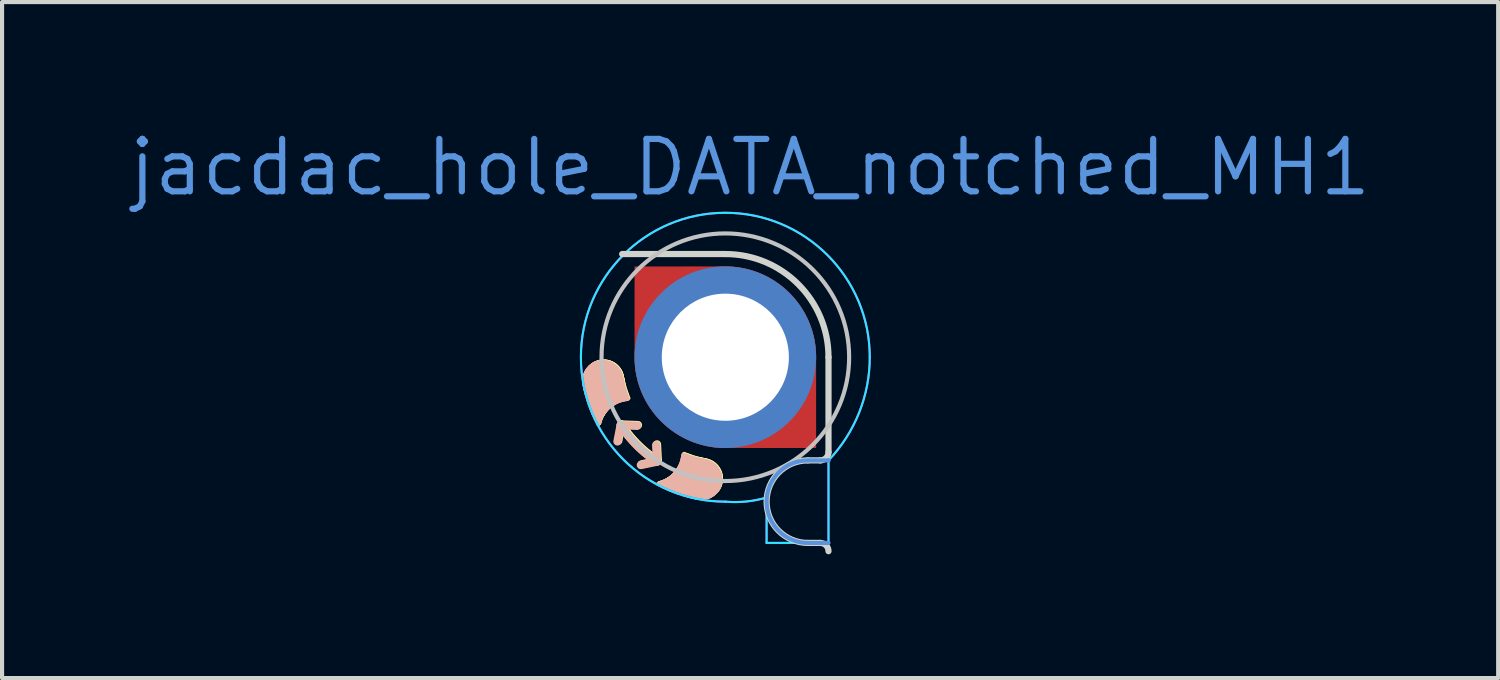
<source format=kicad_pcb>
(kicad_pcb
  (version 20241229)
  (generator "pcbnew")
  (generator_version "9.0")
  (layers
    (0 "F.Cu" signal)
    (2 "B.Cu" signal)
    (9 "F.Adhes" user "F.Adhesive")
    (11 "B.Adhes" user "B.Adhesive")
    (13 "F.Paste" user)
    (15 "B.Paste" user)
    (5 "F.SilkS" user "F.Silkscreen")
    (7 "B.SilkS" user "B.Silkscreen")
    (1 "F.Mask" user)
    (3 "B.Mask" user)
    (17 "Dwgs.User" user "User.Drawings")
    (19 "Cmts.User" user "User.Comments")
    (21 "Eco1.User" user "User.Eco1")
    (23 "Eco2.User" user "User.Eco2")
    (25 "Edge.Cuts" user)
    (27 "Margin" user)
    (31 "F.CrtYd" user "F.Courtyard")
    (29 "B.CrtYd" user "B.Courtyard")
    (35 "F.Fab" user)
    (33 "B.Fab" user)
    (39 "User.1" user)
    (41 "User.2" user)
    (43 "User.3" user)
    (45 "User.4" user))
  (footprint "jacdac_hole_DATA_notched_MH1"
    (layer "F.Cu")
    (at 14.526 5.606)
    (property "Reference" "jacdac_hole_DATA_notched_MH1" (at 0.6 -4.6 0) (layer "Cmts.User") (effects (font (size 1.27 1.27) (thickness 0.15))))
    (attr exclude_from_pos_files exclude_from_bom)
    (fp_poly (pts (arc (start 2.5 0) (mid 1.767767 -1.767767) (end 0 -2.5)) (xy -2.5 -2.5) (arc (start -2.5 0) (mid -1.767767 1.767767) (end 0 2.5)) (xy 2.5 2.5)) (stroke (width 0) (type solid)) (fill yes) (layer "F.Mask"))
    (fp_circle (center 0 0) (end 2.5 0) (stroke (width 0) (type solid)) (fill yes) (layer "B.Mask"))
    (fp_line (start -3.399 0.554) (end -3.399 0.576) (stroke (width 0.1) (type solid)) (layer "F.SilkS"))
    (fp_line (start -3.399 0.532) (end -3.399 0.554) (stroke (width 0.1) (type solid)) (layer "F.SilkS"))
    (fp_line (start -3.399 0.576) (end -3.397 0.599) (stroke (width 0.1) (type solid)) (layer "F.SilkS"))
    (fp_line (start -3.397 0.51) (end -3.399 0.532) (stroke (width 0.1) (type solid)) (layer "F.SilkS"))
    (fp_line (start -3.397 0.599) (end -3.394 0.622) (stroke (width 0.1) (type solid)) (layer "F.SilkS"))
    (fp_line (start -3.394 0.488) (end -3.397 0.51) (stroke (width 0.1) (type solid)) (layer "F.SilkS"))
    (fp_line (start -3.394 0.622) (end -3.368 0.749) (stroke (width 0.1) (type solid)) (layer "F.SilkS"))
    (fp_line (start -3.394 0.622) (end -3.39 0.644) (stroke (width 0.1) (type solid)) (layer "F.SilkS"))
    (fp_line (start -3.391 0.466) (end -3.394 0.488) (stroke (width 0.1) (type solid)) (layer "F.SilkS"))
    (fp_line (start -3.386 0.445) (end -3.391 0.466) (stroke (width 0.1) (type solid)) (layer "F.SilkS"))
    (fp_line (start -3.38 0.424) (end -3.386 0.445) (stroke (width 0.1) (type solid)) (layer "F.SilkS"))
    (fp_line (start -3.373 0.404) (end -3.38 0.424) (stroke (width 0.1) (type solid)) (layer "F.SilkS"))
    (fp_line (start -3.368 0.749) (end -3.338 0.875) (stroke (width 0.1) (type solid)) (layer "F.SilkS"))
    (fp_line (start -3.366 0.383) (end -3.373 0.404) (stroke (width 0.1) (type solid)) (layer "F.SilkS"))
    (fp_line (start -3.357 0.364) (end -3.366 0.383) (stroke (width 0.1) (type solid)) (layer "F.SilkS"))
    (fp_line (start -3.348 0.344) (end -3.357 0.364) (stroke (width 0.1) (type solid)) (layer "F.SilkS"))
    (fp_line (start -3.338 0.875) (end -3.302 0.999) (stroke (width 0.1) (type solid)) (layer "F.SilkS"))
    (fp_line (start -3.337 0.326) (end -3.348 0.344) (stroke (width 0.1) (type solid)) (layer "F.SilkS"))
    (fp_line (start -3.326 0.307) (end -3.337 0.326) (stroke (width 0.1) (type solid)) (layer "F.SilkS"))
    (fp_line (start -3.314 0.29) (end -3.326 0.307) (stroke (width 0.1) (type solid)) (layer "F.SilkS"))
    (fp_line (start -3.302 0.999) (end -3.263 1.122) (stroke (width 0.1) (type solid)) (layer "F.SilkS"))
    (fp_line (start -3.3 0.272) (end -3.314 0.29) (stroke (width 0.1) (type solid)) (layer "F.SilkS"))
    (fp_line (start -3.287 0.256) (end -3.3 0.272) (stroke (width 0.1) (type solid)) (layer "F.SilkS"))
    (fp_line (start -3.272 0.24) (end -3.287 0.256) (stroke (width 0.1) (type solid)) (layer "F.SilkS"))
    (fp_line (start -3.263 1.122) (end -3.218 1.244) (stroke (width 0.1) (type solid)) (layer "F.SilkS"))
    (fp_line (start -3.257 0.225) (end -3.272 0.24) (stroke (width 0.1) (type solid)) (layer "F.SilkS"))
    (fp_line (start -3.24 0.211) (end -3.257 0.225) (stroke (width 0.1) (type solid)) (layer "F.SilkS"))
    (fp_line (start -3.224 0.197) (end -3.24 0.211) (stroke (width 0.1) (type solid)) (layer "F.SilkS"))
    (fp_line (start -3.218 1.244) (end -3.169 1.363) (stroke (width 0.1) (type solid)) (layer "F.SilkS"))
    (fp_line (start -3.206 0.184) (end -3.224 0.197) (stroke (width 0.1) (type solid)) (layer "F.SilkS"))
    (fp_line (start -3.188 0.172) (end -3.206 0.184) (stroke (width 0.1) (type solid)) (layer "F.SilkS"))
    (fp_line (start -3.169 1.363) (end -3.116 1.481) (stroke (width 0.1) (type solid)) (layer "F.SilkS"))
    (fp_line (start -3.169 0.161) (end -3.188 0.172) (stroke (width 0.1) (type solid)) (layer "F.SilkS"))
    (fp_line (start -3.149 0.15) (end -3.169 0.161) (stroke (width 0.1) (type solid)) (layer "F.SilkS"))
    (fp_line (start -3.129 0.141) (end -3.149 0.15) (stroke (width 0.1) (type solid)) (layer "F.SilkS"))
    (fp_line (start -3.116 1.481) (end -3.058 1.597) (stroke (width 0.1) (type solid)) (layer "F.SilkS"))
    (fp_line (start -3.108 0.133) (end -3.129 0.141) (stroke (width 0.1) (type solid)) (layer "F.SilkS"))
    (fp_line (start -3.087 0.125) (end -3.108 0.133) (stroke (width 0.1) (type solid)) (layer "F.SilkS"))
    (fp_line (start -3.069 1.236) (end -3.069 1.261) (stroke (width 0.33) (type solid)) (layer "F.SilkS"))
    (fp_line (start -3.069 1.261) (end -3.066 1.286) (stroke (width 0.33) (type solid)) (layer "F.SilkS"))
    (fp_line (start -3.069 1.211) (end -3.069 1.236) (stroke (width 0.33) (type solid)) (layer "F.SilkS"))
    (fp_line (start -3.066 1.286) (end -3.062 1.311) (stroke (width 0.33) (type solid)) (layer "F.SilkS"))
    (fp_line (start -3.066 1.186) (end -3.069 1.211) (stroke (width 0.33) (type solid)) (layer "F.SilkS"))
    (fp_line (start -3.065 0.119) (end -3.087 0.125) (stroke (width 0.1) (type solid)) (layer "F.SilkS"))
    (fp_line (start -3.062 1.161) (end -3.066 1.186) (stroke (width 0.33) (type solid)) (layer "F.SilkS"))
    (fp_line (start -3.058 1.597) (end -3.058 1.597) (stroke (width 0.1) (type solid)) (layer "F.SilkS"))
    (fp_line (start -3.058 1.597) (end -3.049 1.566) (stroke (width 0.1) (type solid)) (layer "F.SilkS"))
    (fp_line (start -3.056 1.137) (end -3.062 1.161) (stroke (width 0.33) (type solid)) (layer "F.SilkS"))
    (fp_line (start -3.049 1.566) (end -3.04 1.536) (stroke (width 0.1) (type solid)) (layer "F.SilkS"))
    (fp_line (start -3.048 1.114) (end -3.056 1.137) (stroke (width 0.33) (type solid)) (layer "F.SilkS"))
    (fp_line (start -3.043 0.113) (end -3.065 0.119) (stroke (width 0.1) (type solid)) (layer "F.SilkS"))
    (fp_line (start -3.043 0.113) (end -3.043 0.113) (stroke (width 0.1) (type solid)) (layer "F.SilkS"))
    (fp_line (start -3.04 1.536) (end -3.029 1.506) (stroke (width 0.1) (type solid)) (layer "F.SilkS"))
    (fp_line (start -3.039 1.09) (end -3.048 1.114) (stroke (width 0.33) (type solid)) (layer "F.SilkS"))
    (fp_line (start -3.029 1.506) (end -3.017 1.477) (stroke (width 0.1) (type solid)) (layer "F.SilkS"))
    (fp_line (start -3.029 1.068) (end -3.039 1.09) (stroke (width 0.33) (type solid)) (layer "F.SilkS"))
    (fp_line (start -3.02 0.109) (end -3.043 0.113) (stroke (width 0.1) (type solid)) (layer "F.SilkS"))
    (fp_line (start -3.017 1.477) (end -3.005 1.448) (stroke (width 0.1) (type solid)) (layer "F.SilkS"))
    (fp_line (start -3.017 1.046) (end -3.029 1.068) (stroke (width 0.33) (type solid)) (layer "F.SilkS"))
    (fp_line (start -3.005 1.448) (end -2.991 1.42) (stroke (width 0.1) (type solid)) (layer "F.SilkS"))
    (fp_line (start -3.003 1.025) (end -3.017 1.046) (stroke (width 0.33) (type solid)) (layer "F.SilkS"))
    (fp_line (start -2.997 0.106) (end -3.02 0.109) (stroke (width 0.1) (type solid)) (layer "F.SilkS"))
    (fp_line (start -2.991 1.42) (end -2.976 1.393) (stroke (width 0.1) (type solid)) (layer "F.SilkS"))
    (fp_line (start -2.988 1.005) (end -3.003 1.025) (stroke (width 0.33) (type solid)) (layer "F.SilkS"))
    (fp_line (start -2.976 1.393) (end -2.96 1.367) (stroke (width 0.1) (type solid)) (layer "F.SilkS"))
    (fp_line (start -2.975 0.104) (end -2.997 0.106) (stroke (width 0.1) (type solid)) (layer "F.SilkS"))
    (fp_line (start -2.971 0.986) (end -2.988 1.005) (stroke (width 0.33) (type solid)) (layer "F.SilkS"))
    (fp_line (start -2.96 1.367) (end -2.943 1.341) (stroke (width 0.1) (type solid)) (layer "F.SilkS"))
    (fp_line (start -2.954 0.968) (end -2.971 0.986) (stroke (width 0.33) (type solid)) (layer "F.SilkS"))
    (fp_line (start -2.952 0.104) (end -2.975 0.104) (stroke (width 0.1) (type solid)) (layer "F.SilkS"))
    (fp_line (start -2.947 0.566) (end -2.94 0.603) (stroke (width 1) (type solid)) (layer "F.SilkS"))
    (fp_line (start -2.943 1.341) (end -2.925 1.316) (stroke (width 0.1) (type solid)) (layer "F.SilkS"))
    (fp_line (start -2.94 0.603) (end -2.932 0.639) (stroke (width 1) (type solid)) (layer "F.SilkS"))
    (fp_line (start -2.934 0.951) (end -2.954 0.968) (stroke (width 0.33) (type solid)) (layer "F.SilkS"))
    (fp_line (start -2.934 0.951) (end -2.934 0.951) (stroke (width 0.33) (type solid)) (layer "F.SilkS"))
    (fp_line (start -2.932 0.639) (end -2.924 0.675) (stroke (width 1) (type solid)) (layer "F.SilkS"))
    (fp_line (start -2.93 0.104) (end -2.952 0.104) (stroke (width 0.1) (type solid)) (layer "F.SilkS"))
    (fp_line (start -2.925 1.316) (end -2.907 1.291) (stroke (width 0.1) (type solid)) (layer "F.SilkS"))
    (fp_line (start -2.924 0.675) (end -2.915 0.711) (stroke (width 1) (type solid)) (layer "F.SilkS"))
    (fp_line (start -2.914 0.936) (end -2.934 0.951) (stroke (width 0.33) (type solid)) (layer "F.SilkS"))
    (fp_line (start -2.908 0.105) (end -2.93 0.104) (stroke (width 0.1) (type solid)) (layer "F.SilkS"))
    (fp_line (start -2.907 1.291) (end -2.887 1.268) (stroke (width 0.1) (type solid)) (layer "F.SilkS"))
    (fp_line (start -2.893 0.922) (end -2.914 0.936) (stroke (width 0.33) (type solid)) (layer "F.SilkS"))
    (fp_line (start -2.887 1.268) (end -2.866 1.245) (stroke (width 0.1) (type solid)) (layer "F.SilkS"))
    (fp_line (start -2.886 0.108) (end -2.908 0.105) (stroke (width 0.1) (type solid)) (layer "F.SilkS"))
    (fp_line (start -2.871 0.909) (end -2.893 0.922) (stroke (width 0.33) (type solid)) (layer "F.SilkS"))
    (fp_line (start -2.866 1.245) (end -2.845 1.223) (stroke (width 0.1) (type solid)) (layer "F.SilkS"))
    (fp_line (start -2.865 0.111) (end -2.886 0.108) (stroke (width 0.1) (type solid)) (layer "F.SilkS"))
    (fp_line (start -2.848 0.898) (end -2.871 0.909) (stroke (width 0.33) (type solid)) (layer "F.SilkS"))
    (fp_line (start -2.845 1.223) (end -2.823 1.202) (stroke (width 0.1) (type solid)) (layer "F.SilkS"))
    (fp_line (start -2.843 0.116) (end -2.865 0.111) (stroke (width 0.1) (type solid)) (layer "F.SilkS"))
    (fp_line (start -2.825 0.889) (end -2.848 0.898) (stroke (width 0.33) (type solid)) (layer "F.SilkS"))
    (fp_line (start -2.823 1.202) (end -2.8 1.181) (stroke (width 0.1) (type solid)) (layer "F.SilkS"))
    (fp_line (start -2.822 0.122) (end -2.843 0.116) (stroke (width 0.1) (type solid)) (layer "F.SilkS"))
    (fp_line (start -2.802 0.128) (end -2.822 0.122) (stroke (width 0.1) (type solid)) (layer "F.SilkS"))
    (fp_line (start -2.802 0.881) (end -2.825 0.889) (stroke (width 0.33) (type solid)) (layer "F.SilkS"))
    (fp_line (start -2.8 1.181) (end -2.776 1.162) (stroke (width 0.1) (type solid)) (layer "F.SilkS"))
    (fp_line (start -2.782 0.136) (end -2.802 0.128) (stroke (width 0.1) (type solid)) (layer "F.SilkS"))
    (fp_line (start -2.777 0.875) (end -2.802 0.881) (stroke (width 0.33) (type solid)) (layer "F.SilkS"))
    (fp_line (start -2.776 1.162) (end -2.752 1.144) (stroke (width 0.1) (type solid)) (layer "F.SilkS"))
    (fp_line (start -2.762 0.144) (end -2.782 0.136) (stroke (width 0.1) (type solid)) (layer "F.SilkS"))
    (fp_line (start -2.753 0.871) (end -2.777 0.875) (stroke (width 0.33) (type solid)) (layer "F.SilkS"))
    (fp_line (start -2.752 1.144) (end -2.727 1.126) (stroke (width 0.1) (type solid)) (layer "F.SilkS"))
    (fp_line (start -2.742 0.154) (end -2.762 0.144) (stroke (width 0.1) (type solid)) (layer "F.SilkS"))
    (fp_line (start -2.728 0.868) (end -2.753 0.871) (stroke (width 0.33) (type solid)) (layer "F.SilkS"))
    (fp_line (start -2.727 1.126) (end -2.701 1.109) (stroke (width 0.1) (type solid)) (layer "F.SilkS"))
    (fp_line (start -2.724 0.164) (end -2.742 0.154) (stroke (width 0.1) (type solid)) (layer "F.SilkS"))
    (fp_line (start -2.705 0.175) (end -2.724 0.164) (stroke (width 0.1) (type solid)) (layer "F.SilkS"))
    (fp_line (start -2.704 0.867) (end -2.728 0.868) (stroke (width 0.33) (type solid)) (layer "F.SilkS"))
    (fp_line (start -2.701 1.109) (end -2.675 1.094) (stroke (width 0.1) (type solid)) (layer "F.SilkS"))
    (fp_line (start -2.687 0.187) (end -2.705 0.175) (stroke (width 0.1) (type solid)) (layer "F.SilkS"))
    (fp_line (start -2.679 0.868) (end -2.704 0.867) (stroke (width 0.33) (type solid)) (layer "F.SilkS"))
    (fp_line (start -2.675 1.094) (end -2.648 1.079) (stroke (width 0.1) (type solid)) (layer "F.SilkS"))
    (fp_line (start -2.67 0.2) (end -2.687 0.187) (stroke (width 0.1) (type solid)) (layer "F.SilkS"))
    (fp_line (start -2.654 0.87) (end -2.679 0.868) (stroke (width 0.33) (type solid)) (layer "F.SilkS"))
    (fp_line (start -2.654 0.214) (end -2.67 0.2) (stroke (width 0.1) (type solid)) (layer "F.SilkS"))
    (fp_line (start -2.648 1.079) (end -2.62 1.066) (stroke (width 0.1) (type solid)) (layer "F.SilkS"))
    (fp_line (start -2.638 0.229) (end -2.654 0.214) (stroke (width 0.1) (type solid)) (layer "F.SilkS"))
    (fp_line (start -2.629 0.874) (end -2.654 0.87) (stroke (width 0.33) (type solid)) (layer "F.SilkS"))
    (fp_line (start -2.622 0.244) (end -2.638 0.229) (stroke (width 0.1) (type solid)) (layer "F.SilkS"))
    (fp_line (start -2.62 1.066) (end -2.592 1.053) (stroke (width 0.1) (type solid)) (layer "F.SilkS"))
    (fp_line (start -2.608 0.26) (end -2.622 0.244) (stroke (width 0.1) (type solid)) (layer "F.SilkS"))
    (fp_line (start -2.605 0.879) (end -2.629 0.874) (stroke (width 0.33) (type solid)) (layer "F.SilkS"))
    (fp_line (start -2.594 0.277) (end -2.608 0.26) (stroke (width 0.1) (type solid)) (layer "F.SilkS"))
    (fp_line (start -2.594 2.023) (end -2.518 1.63) (stroke (width 0.2) (type solid)) (layer "F.SilkS"))
    (fp_line (start -2.592 1.053) (end -2.563 1.042) (stroke (width 0.1) (type solid)) (layer "F.SilkS"))
    (fp_line (start -2.581 0.294) (end -2.594 0.277) (stroke (width 0.1) (type solid)) (layer "F.SilkS"))
    (fp_line (start -2.58 0.887) (end -2.605 0.879) (stroke (width 0.33) (type solid)) (layer "F.SilkS"))
    (fp_line (start -2.569 0.312) (end -2.581 0.294) (stroke (width 0.1) (type solid)) (layer "F.SilkS"))
    (fp_line (start -2.563 1.042) (end -2.534 1.031) (stroke (width 0.1) (type solid)) (layer "F.SilkS"))
    (fp_line (start -2.558 0.331) (end -2.569 0.312) (stroke (width 0.1) (type solid)) (layer "F.SilkS"))
    (fp_line (start -2.556 0.896) (end -2.58 0.887) (stroke (width 0.33) (type solid)) (layer "F.SilkS"))
    (fp_line (start -2.547 0.351) (end -2.558 0.331) (stroke (width 0.1) (type solid)) (layer "F.SilkS"))
    (fp_line (start -2.538 0.371) (end -2.547 0.351) (stroke (width 0.1) (type solid)) (layer "F.SilkS"))
    (fp_line (start -2.534 1.031) (end -2.504 1.022) (stroke (width 0.1) (type solid)) (layer "F.SilkS"))
    (fp_line (start -2.529 0.392) (end -2.538 0.371) (stroke (width 0.1) (type solid)) (layer "F.SilkS"))
    (fp_line (start -2.522 0.413) (end -2.529 0.392) (stroke (width 0.1) (type solid)) (layer "F.SilkS"))
    (fp_line (start -2.518 1.63) (end -2.474 1.696) (stroke (width 0.2) (type solid)) (layer "F.SilkS"))
    (fp_line (start -2.518 1.63) (end -2.118 1.644) (stroke (width 0.2) (type solid)) (layer "F.SilkS"))
    (fp_line (start -2.515 0.435) (end -2.522 0.413) (stroke (width 0.1) (type solid)) (layer "F.SilkS"))
    (fp_line (start -2.51 0.457) (end -2.515 0.435) (stroke (width 0.1) (type solid)) (layer "F.SilkS"))
    (fp_line (start -2.51 0.457) (end -2.497 0.523) (stroke (width 0.1) (type solid)) (layer "F.SilkS"))
    (fp_line (start -2.504 1.022) (end -2.474 1.014) (stroke (width 0.1) (type solid)) (layer "F.SilkS"))
    (fp_line (start -2.497 0.523) (end -2.482 0.588) (stroke (width 0.1) (type solid)) (layer "F.SilkS"))
    (fp_line (start -2.482 0.588) (end -2.466 0.653) (stroke (width 0.1) (type solid)) (layer "F.SilkS"))
    (fp_line (start -2.474 1.696) (end -2.428 1.76) (stroke (width 0.2) (type solid)) (layer "F.SilkS"))
    (fp_line (start -2.474 1.014) (end -2.443 1.007) (stroke (width 0.1) (type solid)) (layer "F.SilkS"))
    (fp_line (start -2.466 0.653) (end -2.448 0.717) (stroke (width 0.1) (type solid)) (layer "F.SilkS"))
    (fp_line (start -2.448 0.717) (end -2.428 0.781) (stroke (width 0.1) (type solid)) (layer "F.SilkS"))
    (fp_line (start -2.443 1.007) (end -2.412 1.001) (stroke (width 0.1) (type solid)) (layer "F.SilkS"))
    (fp_line (start -2.428 1.76) (end -2.381 1.823) (stroke (width 0.2) (type solid)) (layer "F.SilkS"))
    (fp_line (start -2.428 0.781) (end -2.406 0.844) (stroke (width 0.1) (type solid)) (layer "F.SilkS"))
    (fp_line (start -2.412 1.001) (end -2.38 0.997) (stroke (width 0.1) (type solid)) (layer "F.SilkS"))
    (fp_line (start -2.406 0.844) (end -2.383 0.907) (stroke (width 0.1) (type solid)) (layer "F.SilkS"))
    (fp_line (start -2.383 0.907) (end -2.359 0.969) (stroke (width 0.1) (type solid)) (layer "F.SilkS"))
    (fp_line (start -2.381 1.823) (end -2.333 1.885) (stroke (width 0.2) (type solid)) (layer "F.SilkS"))
    (fp_line (start -2.38 0.997) (end -2.349 0.993) (stroke (width 0.1) (type solid)) (layer "F.SilkS"))
    (fp_line (start -2.333 1.885) (end -2.283 1.945) (stroke (width 0.2) (type solid)) (layer "F.SilkS"))
    (fp_line (start -2.283 1.945) (end -2.231 2.004) (stroke (width 0.2) (type solid)) (layer "F.SilkS"))
    (fp_line (start -2.231 2.004) (end -2.178 2.061) (stroke (width 0.2) (type solid)) (layer "F.SilkS"))
    (fp_line (start -2.178 2.061) (end -2.123 2.118) (stroke (width 0.2) (type solid)) (layer "F.SilkS"))
    (fp_line (start -2.123 2.118) (end -2.067 2.172) (stroke (width 0.2) (type solid)) (layer "F.SilkS"))
    (fp_line (start -2.067 2.172) (end -2.009 2.226) (stroke (width 0.2) (type solid)) (layer "F.SilkS"))
    (fp_line (start -2.009 2.226) (end -1.95 2.277) (stroke (width 0.2) (type solid)) (layer "F.SilkS"))
    (fp_line (start -1.95 2.277) (end -1.89 2.327) (stroke (width 0.2) (type solid)) (layer "F.SilkS"))
    (fp_line (start -1.89 2.327) (end -1.828 2.376) (stroke (width 0.2) (type solid)) (layer "F.SilkS"))
    (fp_line (start -1.828 2.376) (end -1.765 2.423) (stroke (width 0.2) (type solid)) (layer "F.SilkS"))
    (fp_line (start -1.765 2.423) (end -1.701 2.469) (stroke (width 0.2) (type solid)) (layer "F.SilkS"))
    (fp_line (start -1.701 2.469) (end -1.635 2.512) (stroke (width 0.2) (type solid)) (layer "F.SilkS"))
    (fp_line (start -1.635 2.512) (end -2.027 2.596) (stroke (width 0.2) (type solid)) (layer "F.SilkS"))
    (fp_line (start -1.635 2.512) (end -1.656 2.113) (stroke (width 0.2) (type solid)) (layer "F.SilkS"))
    (fp_line (start -1.602 3.053) (end -1.571 3.044) (stroke (width 0.1) (type solid)) (layer "F.SilkS"))
    (fp_line (start -1.602 3.053) (end -1.486 3.11) (stroke (width 0.1) (type solid)) (layer "F.SilkS"))
    (fp_line (start -1.571 3.044) (end -1.541 3.035) (stroke (width 0.1) (type solid)) (layer "F.SilkS"))
    (fp_line (start -1.541 3.035) (end -1.511 3.024) (stroke (width 0.1) (type solid)) (layer "F.SilkS"))
    (fp_line (start -1.511 3.024) (end -1.482 3.012) (stroke (width 0.1) (type solid)) (layer "F.SilkS"))
    (fp_line (start -1.486 3.11) (end -1.369 3.164) (stroke (width 0.1) (type solid)) (layer "F.SilkS"))
    (fp_line (start -1.482 3.012) (end -1.454 2.999) (stroke (width 0.1) (type solid)) (layer "F.SilkS"))
    (fp_line (start -1.454 2.999) (end -1.426 2.986) (stroke (width 0.1) (type solid)) (layer "F.SilkS"))
    (fp_line (start -1.426 2.986) (end -1.398 2.971) (stroke (width 0.1) (type solid)) (layer "F.SilkS"))
    (fp_line (start -1.398 2.971) (end -1.372 2.955) (stroke (width 0.1) (type solid)) (layer "F.SilkS"))
    (fp_line (start -1.372 2.955) (end -1.346 2.938) (stroke (width 0.1) (type solid)) (layer "F.SilkS"))
    (fp_line (start -1.369 3.164) (end -1.249 3.213) (stroke (width 0.1) (type solid)) (layer "F.SilkS"))
    (fp_line (start -1.346 2.938) (end -1.321 2.92) (stroke (width 0.1) (type solid)) (layer "F.SilkS"))
    (fp_line (start -1.321 2.92) (end -1.296 2.901) (stroke (width 0.1) (type solid)) (layer "F.SilkS"))
    (fp_line (start -1.317 3.057) (end -1.291 3.061) (stroke (width 0.33) (type solid)) (layer "F.SilkS"))
    (fp_line (start -1.296 2.901) (end -1.273 2.882) (stroke (width 0.1) (type solid)) (layer "F.SilkS"))
    (fp_line (start -1.291 3.061) (end -1.266 3.064) (stroke (width 0.33) (type solid)) (layer "F.SilkS"))
    (fp_line (start -1.273 2.882) (end -1.25 2.861) (stroke (width 0.1) (type solid)) (layer "F.SilkS"))
    (fp_line (start -1.266 3.064) (end -1.241 3.064) (stroke (width 0.33) (type solid)) (layer "F.SilkS"))
    (fp_line (start -1.25 2.861) (end -1.228 2.84) (stroke (width 0.1) (type solid)) (layer "F.SilkS"))
    (fp_line (start -1.249 3.213) (end -1.128 3.257) (stroke (width 0.1) (type solid)) (layer "F.SilkS"))
    (fp_line (start -1.241 3.064) (end -1.216 3.063) (stroke (width 0.33) (type solid)) (layer "F.SilkS"))
    (fp_line (start -1.228 2.84) (end -1.207 2.818) (stroke (width 0.1) (type solid)) (layer "F.SilkS"))
    (fp_line (start -1.216 3.063) (end -1.191 3.061) (stroke (width 0.33) (type solid)) (layer "F.SilkS"))
    (fp_line (start -1.207 2.818) (end -1.187 2.795) (stroke (width 0.1) (type solid)) (layer "F.SilkS"))
    (fp_line (start -1.191 3.061) (end -1.167 3.056) (stroke (width 0.33) (type solid)) (layer "F.SilkS"))
    (fp_line (start -1.187 2.795) (end -1.167 2.771) (stroke (width 0.1) (type solid)) (layer "F.SilkS"))
    (fp_line (start -1.167 2.771) (end -1.149 2.747) (stroke (width 0.1) (type solid)) (layer "F.SilkS"))
    (fp_line (start -1.167 3.056) (end -1.142 3.051) (stroke (width 0.33) (type solid)) (layer "F.SilkS"))
    (fp_line (start -1.149 2.747) (end -1.131 2.722) (stroke (width 0.1) (type solid)) (layer "F.SilkS"))
    (fp_line (start -1.142 3.051) (end -1.119 3.043) (stroke (width 0.33) (type solid)) (layer "F.SilkS"))
    (fp_line (start -1.131 2.722) (end -1.115 2.696) (stroke (width 0.1) (type solid)) (layer "F.SilkS"))
    (fp_line (start -1.128 3.257) (end -1.005 3.297) (stroke (width 0.1) (type solid)) (layer "F.SilkS"))
    (fp_line (start -1.119 3.043) (end -1.096 3.034) (stroke (width 0.33) (type solid)) (layer "F.SilkS"))
    (fp_line (start -1.115 2.696) (end -1.099 2.669) (stroke (width 0.1) (type solid)) (layer "F.SilkS"))
    (fp_line (start -1.099 2.669) (end -1.084 2.642) (stroke (width 0.1) (type solid)) (layer "F.SilkS"))
    (fp_line (start -1.096 3.034) (end -1.073 3.023) (stroke (width 0.33) (type solid)) (layer "F.SilkS"))
    (fp_line (start -1.084 2.642) (end -1.071 2.615) (stroke (width 0.1) (type solid)) (layer "F.SilkS"))
    (fp_line (start -1.073 3.023) (end -1.051 3.011) (stroke (width 0.33) (type solid)) (layer "F.SilkS"))
    (fp_line (start -1.071 2.615) (end -1.058 2.586) (stroke (width 0.1) (type solid)) (layer "F.SilkS"))
    (fp_line (start -1.058 2.586) (end -1.047 2.558) (stroke (width 0.1) (type solid)) (layer "F.SilkS"))
    (fp_line (start -1.051 3.011) (end -1.031 2.998) (stroke (width 0.33) (type solid)) (layer "F.SilkS"))
    (fp_line (start -1.047 2.558) (end -1.037 2.528) (stroke (width 0.1) (type solid)) (layer "F.SilkS"))
    (fp_line (start -1.037 2.528) (end -1.027 2.499) (stroke (width 0.1) (type solid)) (layer "F.SilkS"))
    (fp_line (start -1.031 2.998) (end -1.01 2.983) (stroke (width 0.33) (type solid)) (layer "F.SilkS"))
    (fp_line (start -1.027 2.499) (end -1.019 2.468) (stroke (width 0.1) (type solid)) (layer "F.SilkS"))
    (fp_line (start -1.019 2.468) (end -1.012 2.438) (stroke (width 0.1) (type solid)) (layer "F.SilkS"))
    (fp_line (start -1.012 2.438) (end -1.006 2.407) (stroke (width 0.1) (type solid)) (layer "F.SilkS"))
    (fp_line (start -1.01 2.983) (end -0.991 2.966) (stroke (width 0.33) (type solid)) (layer "F.SilkS"))
    (fp_line (start -1.006 2.407) (end -1.002 2.375) (stroke (width 0.1) (type solid)) (layer "F.SilkS"))
    (fp_line (start -1.005 3.297) (end -0.88 3.333) (stroke (width 0.1) (type solid)) (layer "F.SilkS"))
    (fp_line (start -1.002 2.375) (end -0.999 2.343) (stroke (width 0.1) (type solid)) (layer "F.SilkS"))
    (fp_line (start -0.991 2.966) (end -0.973 2.948) (stroke (width 0.33) (type solid)) (layer "F.SilkS"))
    (fp_line (start -0.974 2.353) (end -0.912 2.378) (stroke (width 0.1) (type solid)) (layer "F.SilkS"))
    (fp_line (start -0.973 2.948) (end -0.956 2.929) (stroke (width 0.33) (type solid)) (layer "F.SilkS"))
    (fp_line (start -0.956 2.929) (end -0.956 2.929) (stroke (width 0.33) (type solid)) (layer "F.SilkS"))
    (fp_line (start -0.956 2.929) (end -0.941 2.909) (stroke (width 0.33) (type solid)) (layer "F.SilkS"))
    (fp_line (start -0.941 2.909) (end -0.927 2.888) (stroke (width 0.33) (type solid)) (layer "F.SilkS"))
    (fp_line (start -0.927 2.888) (end -0.914 2.866) (stroke (width 0.33) (type solid)) (layer "F.SilkS"))
    (fp_line (start -0.914 2.866) (end -0.903 2.843) (stroke (width 0.33) (type solid)) (layer "F.SilkS"))
    (fp_line (start -0.912 2.378) (end -0.849 2.401) (stroke (width 0.1) (type solid)) (layer "F.SilkS"))
    (fp_line (start -0.903 2.843) (end -0.894 2.82) (stroke (width 0.33) (type solid)) (layer "F.SilkS"))
    (fp_line (start -0.894 2.82) (end -0.887 2.796) (stroke (width 0.33) (type solid)) (layer "F.SilkS"))
    (fp_line (start -0.892 2.575) (end -0.901 2.551) (stroke (width 0.33) (type solid)) (layer "F.SilkS"))
    (fp_line (start -0.887 2.796) (end -0.881 2.772) (stroke (width 0.33) (type solid)) (layer "F.SilkS"))
    (fp_line (start -0.885 2.599) (end -0.892 2.575) (stroke (width 0.33) (type solid)) (layer "F.SilkS"))
    (fp_line (start -0.881 2.772) (end -0.876 2.748) (stroke (width 0.33) (type solid)) (layer "F.SilkS"))
    (fp_line (start -0.88 3.333) (end -0.754 3.363) (stroke (width 0.1) (type solid)) (layer "F.SilkS"))
    (fp_line (start -0.879 2.624) (end -0.885 2.599) (stroke (width 0.33) (type solid)) (layer "F.SilkS"))
    (fp_line (start -0.876 2.748) (end -0.873 2.723) (stroke (width 0.33) (type solid)) (layer "F.SilkS"))
    (fp_line (start -0.875 2.649) (end -0.879 2.624) (stroke (width 0.33) (type solid)) (layer "F.SilkS"))
    (fp_line (start -0.873 2.723) (end -0.872 2.698) (stroke (width 0.33) (type solid)) (layer "F.SilkS"))
    (fp_line (start -0.873 2.674) (end -0.875 2.649) (stroke (width 0.33) (type solid)) (layer "F.SilkS"))
    (fp_line (start -0.872 2.698) (end -0.873 2.674) (stroke (width 0.33) (type solid)) (layer "F.SilkS"))
    (fp_line (start -0.849 2.401) (end -0.786 2.423) (stroke (width 0.1) (type solid)) (layer "F.SilkS"))
    (fp_line (start -0.786 2.423) (end -0.722 2.442) (stroke (width 0.1) (type solid)) (layer "F.SilkS"))
    (fp_line (start -0.754 3.363) (end -0.628 3.389) (stroke (width 0.1) (type solid)) (layer "F.SilkS"))
    (fp_line (start -0.722 2.442) (end -0.658 2.46) (stroke (width 0.1) (type solid)) (layer "F.SilkS"))
    (fp_line (start -0.716 2.91) (end -0.68 2.919) (stroke (width 1) (type solid)) (layer "F.SilkS"))
    (fp_line (start -0.68 2.919) (end -0.644 2.927) (stroke (width 1) (type solid)) (layer "F.SilkS"))
    (fp_line (start -0.658 2.46) (end -0.593 2.477) (stroke (width 0.1) (type solid)) (layer "F.SilkS"))
    (fp_line (start -0.644 2.927) (end -0.608 2.934) (stroke (width 1) (type solid)) (layer "F.SilkS"))
    (fp_line (start -0.62 3.39) (end -0.649 3.385) (stroke (width 0.1) (type solid)) (layer "F.SilkS"))
    (fp_line (start -0.608 2.934) (end -0.571 2.942) (stroke (width 1) (type solid)) (layer "F.SilkS"))
    (fp_line (start -0.593 2.477) (end -0.528 2.491) (stroke (width 0.1) (type solid)) (layer "F.SilkS"))
    (fp_line (start -0.59 3.393) (end -0.62 3.39) (stroke (width 0.1) (type solid)) (layer "F.SilkS"))
    (fp_line (start -0.561 3.395) (end -0.59 3.393) (stroke (width 0.1) (type solid)) (layer "F.SilkS"))
    (fp_line (start -0.531 3.394) (end -0.561 3.395) (stroke (width 0.1) (type solid)) (layer "F.SilkS"))
    (fp_line (start -0.528 2.491) (end -0.462 2.504) (stroke (width 0.1) (type solid)) (layer "F.SilkS"))
    (fp_line (start -0.502 3.391) (end -0.531 3.394) (stroke (width 0.1) (type solid)) (layer "F.SilkS"))
    (fp_line (start -0.473 3.387) (end -0.502 3.391) (stroke (width 0.1) (type solid)) (layer "F.SilkS"))
    (fp_line (start -0.462 2.504) (end -0.462 2.504) (stroke (width 0.1) (type solid)) (layer "F.SilkS"))
    (fp_line (start -0.462 2.504) (end -0.433 2.512) (stroke (width 0.1) (type solid)) (layer "F.SilkS"))
    (fp_line (start -0.445 3.381) (end -0.473 3.387) (stroke (width 0.1) (type solid)) (layer "F.SilkS"))
    (fp_line (start -0.433 2.512) (end -0.405 2.521) (stroke (width 0.1) (type solid)) (layer "F.SilkS"))
    (fp_line (start -0.417 3.373) (end -0.445 3.381) (stroke (width 0.1) (type solid)) (layer "F.SilkS"))
    (fp_line (start -0.405 2.521) (end -0.377 2.531) (stroke (width 0.1) (type solid)) (layer "F.SilkS"))
    (fp_line (start -0.389 3.363) (end -0.417 3.373) (stroke (width 0.1) (type solid)) (layer "F.SilkS"))
    (fp_line (start -0.377 2.531) (end -0.351 2.544) (stroke (width 0.1) (type solid)) (layer "F.SilkS"))
    (fp_line (start -0.363 3.351) (end -0.389 3.363) (stroke (width 0.1) (type solid)) (layer "F.SilkS"))
    (fp_line (start -0.351 2.544) (end -0.325 2.558) (stroke (width 0.1) (type solid)) (layer "F.SilkS"))
    (fp_line (start -0.337 3.338) (end -0.363 3.351) (stroke (width 0.1) (type solid)) (layer "F.SilkS"))
    (fp_line (start -0.325 2.558) (end -0.3 2.574) (stroke (width 0.1) (type solid)) (layer "F.SilkS"))
    (fp_line (start -0.312 3.323) (end -0.337 3.338) (stroke (width 0.1) (type solid)) (layer "F.SilkS"))
    (fp_line (start -0.3 2.574) (end -0.277 2.591) (stroke (width 0.1) (type solid)) (layer "F.SilkS"))
    (fp_line (start -0.287 3.306) (end -0.312 3.323) (stroke (width 0.1) (type solid)) (layer "F.SilkS"))
    (fp_line (start -0.277 2.591) (end -0.255 2.61) (stroke (width 0.1) (type solid)) (layer "F.SilkS"))
    (fp_line (start -0.264 3.287) (end -0.287 3.306) (stroke (width 0.1) (type solid)) (layer "F.SilkS"))
    (fp_line (start -0.255 2.61) (end -0.234 2.63) (stroke (width 0.1) (type solid)) (layer "F.SilkS"))
    (fp_line (start -0.242 3.267) (end -0.264 3.287) (stroke (width 0.1) (type solid)) (layer "F.SilkS"))
    (fp_line (start -0.234 2.63) (end -0.214 2.652) (stroke (width 0.1) (type solid)) (layer "F.SilkS"))
    (fp_line (start -0.221 3.246) (end -0.242 3.267) (stroke (width 0.1) (type solid)) (layer "F.SilkS"))
    (fp_line (start -0.221 3.246) (end -0.221 3.246) (stroke (width 0.1) (type solid)) (layer "F.SilkS"))
    (fp_line (start -0.214 2.652) (end -0.196 2.675) (stroke (width 0.1) (type solid)) (layer "F.SilkS"))
    (fp_line (start -0.202 3.223) (end -0.221 3.246) (stroke (width 0.1) (type solid)) (layer "F.SilkS"))
    (fp_line (start -0.196 2.675) (end -0.179 2.699) (stroke (width 0.1) (type solid)) (layer "F.SilkS"))
    (fp_line (start -0.184 3.199) (end -0.202 3.223) (stroke (width 0.1) (type solid)) (layer "F.SilkS"))
    (fp_line (start -0.179 2.699) (end -0.164 2.724) (stroke (width 0.1) (type solid)) (layer "F.SilkS"))
    (fp_line (start -0.169 3.174) (end -0.184 3.199) (stroke (width 0.1) (type solid)) (layer "F.SilkS"))
    (fp_line (start -0.164 2.724) (end -0.15 2.75) (stroke (width 0.1) (type solid)) (layer "F.SilkS"))
    (fp_line (start -0.154 3.148) (end -0.169 3.174) (stroke (width 0.1) (type solid)) (layer "F.SilkS"))
    (fp_line (start -0.15 2.75) (end -0.138 2.777) (stroke (width 0.1) (type solid)) (layer "F.SilkS"))
    (fp_line (start -0.142 3.121) (end -0.154 3.148) (stroke (width 0.1) (type solid)) (layer "F.SilkS"))
    (fp_line (start -0.138 2.777) (end -0.128 2.805) (stroke (width 0.1) (type solid)) (layer "F.SilkS"))
    (fp_line (start -0.131 3.094) (end -0.142 3.121) (stroke (width 0.1) (type solid)) (layer "F.SilkS"))
    (fp_line (start -0.128 2.805) (end -0.128 2.805) (stroke (width 0.1) (type solid)) (layer "F.SilkS"))
    (fp_line (start -0.128 2.805) (end -0.12 2.834) (stroke (width 0.1) (type solid)) (layer "F.SilkS"))
    (fp_line (start -0.123 3.066) (end -0.131 3.094) (stroke (width 0.1) (type solid)) (layer "F.SilkS"))
    (fp_line (start -0.12 2.834) (end -0.113 2.863) (stroke (width 0.1) (type solid)) (layer "F.SilkS"))
    (fp_line (start -0.116 3.038) (end -0.123 3.066) (stroke (width 0.1) (type solid)) (layer "F.SilkS"))
    (fp_line (start -0.113 2.863) (end -0.109 2.893) (stroke (width 0.1) (type solid)) (layer "F.SilkS"))
    (fp_line (start -0.111 3.009) (end -0.116 3.038) (stroke (width 0.1) (type solid)) (layer "F.SilkS"))
    (fp_line (start -0.109 2.893) (end -0.106 2.922) (stroke (width 0.1) (type solid)) (layer "F.SilkS"))
    (fp_line (start -0.107 2.98) (end -0.111 3.009) (stroke (width 0.1) (type solid)) (layer "F.SilkS"))
    (fp_line (start -0.106 2.922) (end -0.106 2.951) (stroke (width 0.1) (type solid)) (layer "F.SilkS"))
    (fp_line (start -0.106 2.951) (end -0.107 2.98) (stroke (width 0.1) (type solid)) (layer "F.SilkS"))
    (fp_line (start -3.419 0.571) (end -3.418 0.594) (stroke (width 0.1) (type solid)) (layer "B.SilkS"))
    (fp_line (start -3.419 0.549) (end -3.419 0.571) (stroke (width 0.1) (type solid)) (layer "B.SilkS"))
    (fp_line (start -3.418 0.594) (end -3.417 0.616) (stroke (width 0.1) (type solid)) (layer "B.SilkS"))
    (fp_line (start -3.417 0.527) (end -3.419 0.549) (stroke (width 0.1) (type solid)) (layer "B.SilkS"))
    (fp_line (start -3.417 0.616) (end -3.414 0.639) (stroke (width 0.1) (type solid)) (layer "B.SilkS"))
    (fp_line (start -3.414 0.505) (end -3.417 0.527) (stroke (width 0.1) (type solid)) (layer "B.SilkS"))
    (fp_line (start -3.414 0.64) (end -3.388 0.767) (stroke (width 0.1) (type solid)) (layer "B.SilkS"))
    (fp_line (start -3.414 0.639) (end -3.41 0.662) (stroke (width 0.1) (type solid)) (layer "B.SilkS"))
    (fp_line (start -3.411 0.484) (end -3.414 0.505) (stroke (width 0.1) (type solid)) (layer "B.SilkS"))
    (fp_line (start -3.406 0.462) (end -3.411 0.484) (stroke (width 0.1) (type solid)) (layer "B.SilkS"))
    (fp_line (start -3.4 0.442) (end -3.406 0.462) (stroke (width 0.1) (type solid)) (layer "B.SilkS"))
    (fp_line (start -3.393 0.421) (end -3.4 0.442) (stroke (width 0.1) (type solid)) (layer "B.SilkS"))
    (fp_line (start -3.388 0.767) (end -3.358 0.892) (stroke (width 0.1) (type solid)) (layer "B.SilkS"))
    (fp_line (start -3.386 0.401) (end -3.393 0.421) (stroke (width 0.1) (type solid)) (layer "B.SilkS"))
    (fp_line (start -3.377 0.381) (end -3.386 0.401) (stroke (width 0.1) (type solid)) (layer "B.SilkS"))
    (fp_line (start -3.367 0.362) (end -3.377 0.381) (stroke (width 0.1) (type solid)) (layer "B.SilkS"))
    (fp_line (start -3.358 0.892) (end -3.322 1.017) (stroke (width 0.1) (type solid)) (layer "B.SilkS"))
    (fp_line (start -3.357 0.343) (end -3.367 0.362) (stroke (width 0.1) (type solid)) (layer "B.SilkS"))
    (fp_line (start -3.346 0.325) (end -3.357 0.343) (stroke (width 0.1) (type solid)) (layer "B.SilkS"))
    (fp_line (start -3.333 0.307) (end -3.346 0.325) (stroke (width 0.1) (type solid)) (layer "B.SilkS"))
    (fp_line (start -3.322 1.017) (end -3.282 1.14) (stroke (width 0.1) (type solid)) (layer "B.SilkS"))
    (fp_line (start -3.32 0.29) (end -3.333 0.307) (stroke (width 0.1) (type solid)) (layer "B.SilkS"))
    (fp_line (start -3.306 0.273) (end -3.32 0.29) (stroke (width 0.1) (type solid)) (layer "B.SilkS"))
    (fp_line (start -3.292 0.258) (end -3.306 0.273) (stroke (width 0.1) (type solid)) (layer "B.SilkS"))
    (fp_line (start -3.282 1.14) (end -3.238 1.261) (stroke (width 0.1) (type solid)) (layer "B.SilkS"))
    (fp_line (start -3.276 0.242) (end -3.292 0.258) (stroke (width 0.1) (type solid)) (layer "B.SilkS"))
    (fp_line (start -3.26 0.228) (end -3.276 0.242) (stroke (width 0.1) (type solid)) (layer "B.SilkS"))
    (fp_line (start -3.243 0.214) (end -3.26 0.228) (stroke (width 0.1) (type solid)) (layer "B.SilkS"))
    (fp_line (start -3.238 1.261) (end -3.189 1.381) (stroke (width 0.1) (type solid)) (layer "B.SilkS"))
    (fp_line (start -3.226 0.201) (end -3.243 0.214) (stroke (width 0.1) (type solid)) (layer "B.SilkS"))
    (fp_line (start -3.208 0.189) (end -3.226 0.201) (stroke (width 0.1) (type solid)) (layer "B.SilkS"))
    (fp_line (start -3.189 1.381) (end -3.135 1.499) (stroke (width 0.1) (type solid)) (layer "B.SilkS"))
    (fp_line (start -3.189 0.178) (end -3.208 0.189) (stroke (width 0.1) (type solid)) (layer "B.SilkS"))
    (fp_line (start -3.169 0.168) (end -3.189 0.178) (stroke (width 0.1) (type solid)) (layer "B.SilkS"))
    (fp_line (start -3.149 0.159) (end -3.169 0.168) (stroke (width 0.1) (type solid)) (layer "B.SilkS"))
    (fp_line (start -3.135 1.499) (end -3.078 1.614) (stroke (width 0.1) (type solid)) (layer "B.SilkS"))
    (fp_line (start -3.128 0.15) (end -3.149 0.159) (stroke (width 0.1) (type solid)) (layer "B.SilkS"))
    (fp_line (start -3.107 0.143) (end -3.128 0.15) (stroke (width 0.1) (type solid)) (layer "B.SilkS"))
    (fp_line (start -3.089 1.253) (end -3.089 1.278) (stroke (width 0.33) (type solid)) (layer "B.SilkS"))
    (fp_line (start -3.089 1.278) (end -3.086 1.304) (stroke (width 0.33) (type solid)) (layer "B.SilkS"))
    (fp_line (start -3.088 1.228) (end -3.089 1.253) (stroke (width 0.33) (type solid)) (layer "B.SilkS"))
    (fp_line (start -3.086 1.304) (end -3.082 1.329) (stroke (width 0.33) (type solid)) (layer "B.SilkS"))
    (fp_line (start -3.086 1.203) (end -3.088 1.228) (stroke (width 0.33) (type solid)) (layer "B.SilkS"))
    (fp_line (start -3.085 0.136) (end -3.107 0.143) (stroke (width 0.1) (type solid)) (layer "B.SilkS"))
    (fp_line (start -3.081 1.179) (end -3.086 1.203) (stroke (width 0.33) (type solid)) (layer "B.SilkS"))
    (fp_line (start -3.078 1.614) (end -3.078 1.614) (stroke (width 0.1) (type solid)) (layer "B.SilkS"))
    (fp_line (start -3.078 1.614) (end -3.069 1.584) (stroke (width 0.1) (type solid)) (layer "B.SilkS"))
    (fp_line (start -3.076 1.155) (end -3.081 1.179) (stroke (width 0.33) (type solid)) (layer "B.SilkS"))
    (fp_line (start -3.069 1.584) (end -3.06 1.553) (stroke (width 0.1) (type solid)) (layer "B.SilkS"))
    (fp_line (start -3.068 1.131) (end -3.076 1.155) (stroke (width 0.33) (type solid)) (layer "B.SilkS"))
    (fp_line (start -3.062 0.131) (end -3.085 0.136) (stroke (width 0.1) (type solid)) (layer "B.SilkS"))
    (fp_line (start -3.062 0.131) (end -3.062 0.131) (stroke (width 0.1) (type solid)) (layer "B.SilkS"))
    (fp_line (start -3.06 1.553) (end -3.049 1.524) (stroke (width 0.1) (type solid)) (layer "B.SilkS"))
    (fp_line (start -3.059 1.108) (end -3.068 1.131) (stroke (width 0.33) (type solid)) (layer "B.SilkS"))
    (fp_line (start -3.049 1.524) (end -3.037 1.494) (stroke (width 0.1) (type solid)) (layer "B.SilkS"))
    (fp_line (start -3.048 1.085) (end -3.059 1.108) (stroke (width 0.33) (type solid)) (layer "B.SilkS"))
    (fp_line (start -3.04 0.127) (end -3.062 0.131) (stroke (width 0.1) (type solid)) (layer "B.SilkS"))
    (fp_line (start -3.037 1.494) (end -3.024 1.466) (stroke (width 0.1) (type solid)) (layer "B.SilkS"))
    (fp_line (start -3.036 1.064) (end -3.048 1.085) (stroke (width 0.33) (type solid)) (layer "B.SilkS"))
    (fp_line (start -3.024 1.466) (end -3.011 1.438) (stroke (width 0.1) (type solid)) (layer "B.SilkS"))
    (fp_line (start -3.023 1.043) (end -3.036 1.064) (stroke (width 0.33) (type solid)) (layer "B.SilkS"))
    (fp_line (start -3.017 0.124) (end -3.04 0.127) (stroke (width 0.1) (type solid)) (layer "B.SilkS"))
    (fp_line (start -3.011 1.438) (end -2.996 1.411) (stroke (width 0.1) (type solid)) (layer "B.SilkS"))
    (fp_line (start -3.008 1.023) (end -3.023 1.043) (stroke (width 0.33) (type solid)) (layer "B.SilkS"))
    (fp_line (start -2.996 1.411) (end -2.98 1.384) (stroke (width 0.1) (type solid)) (layer "B.SilkS"))
    (fp_line (start -2.995 0.122) (end -3.017 0.124) (stroke (width 0.1) (type solid)) (layer "B.SilkS"))
    (fp_line (start -2.991 1.004) (end -3.008 1.023) (stroke (width 0.33) (type solid)) (layer "B.SilkS"))
    (fp_line (start -2.98 1.384) (end -2.963 1.358) (stroke (width 0.1) (type solid)) (layer "B.SilkS"))
    (fp_line (start -2.973 0.986) (end -2.991 1.004) (stroke (width 0.33) (type solid)) (layer "B.SilkS"))
    (fp_line (start -2.972 0.121) (end -2.995 0.122) (stroke (width 0.1) (type solid)) (layer "B.SilkS"))
    (fp_line (start -2.967 0.584) (end -2.96 0.62) (stroke (width 1) (type solid)) (layer "B.SilkS"))
    (fp_line (start -2.963 1.358) (end -2.945 1.333) (stroke (width 0.1) (type solid)) (layer "B.SilkS"))
    (fp_line (start -2.96 0.62) (end -2.952 0.656) (stroke (width 1) (type solid)) (layer "B.SilkS"))
    (fp_line (start -2.954 0.969) (end -2.973 0.986) (stroke (width 0.33) (type solid)) (layer "B.SilkS"))
    (fp_line (start -2.954 0.969) (end -2.954 0.969) (stroke (width 0.33) (type solid)) (layer "B.SilkS"))
    (fp_line (start -2.952 0.656) (end -2.944 0.692) (stroke (width 1) (type solid)) (layer "B.SilkS"))
    (fp_line (start -2.95 0.121) (end -2.972 0.121) (stroke (width 0.1) (type solid)) (layer "B.SilkS"))
    (fp_line (start -2.945 1.333) (end -2.926 1.309) (stroke (width 0.1) (type solid)) (layer "B.SilkS"))
    (fp_line (start -2.944 0.692) (end -2.935 0.728) (stroke (width 1) (type solid)) (layer "B.SilkS"))
    (fp_line (start -2.934 0.953) (end -2.954 0.969) (stroke (width 0.33) (type solid)) (layer "B.SilkS"))
    (fp_line (start -2.928 0.123) (end -2.95 0.121) (stroke (width 0.1) (type solid)) (layer "B.SilkS"))
    (fp_line (start -2.926 1.309) (end -2.907 1.285) (stroke (width 0.1) (type solid)) (layer "B.SilkS"))
    (fp_line (start -2.913 0.939) (end -2.934 0.953) (stroke (width 0.33) (type solid)) (layer "B.SilkS"))
    (fp_line (start -2.907 1.285) (end -2.886 1.262) (stroke (width 0.1) (type solid)) (layer "B.SilkS"))
    (fp_line (start -2.906 0.125) (end -2.928 0.123) (stroke (width 0.1) (type solid)) (layer "B.SilkS"))
    (fp_line (start -2.891 0.927) (end -2.913 0.939) (stroke (width 0.33) (type solid)) (layer "B.SilkS"))
    (fp_line (start -2.886 1.262) (end -2.865 1.24) (stroke (width 0.1) (type solid)) (layer "B.SilkS"))
    (fp_line (start -2.885 0.129) (end -2.906 0.125) (stroke (width 0.1) (type solid)) (layer "B.SilkS"))
    (fp_line (start -2.868 0.916) (end -2.891 0.927) (stroke (width 0.33) (type solid)) (layer "B.SilkS"))
    (fp_line (start -2.865 1.24) (end -2.843 1.219) (stroke (width 0.1) (type solid)) (layer "B.SilkS"))
    (fp_line (start -2.863 0.134) (end -2.885 0.129) (stroke (width 0.1) (type solid)) (layer "B.SilkS"))
    (fp_line (start -2.845 0.907) (end -2.868 0.916) (stroke (width 0.33) (type solid)) (layer "B.SilkS"))
    (fp_line (start -2.843 1.219) (end -2.82 1.199) (stroke (width 0.1) (type solid)) (layer "B.SilkS"))
    (fp_line (start -2.842 0.139) (end -2.863 0.134) (stroke (width 0.1) (type solid)) (layer "B.SilkS"))
    (fp_line (start -2.822 0.146) (end -2.842 0.139) (stroke (width 0.1) (type solid)) (layer "B.SilkS"))
    (fp_line (start -2.821 0.899) (end -2.845 0.907) (stroke (width 0.33) (type solid)) (layer "B.SilkS"))
    (fp_line (start -2.82 1.199) (end -2.796 1.179) (stroke (width 0.1) (type solid)) (layer "B.SilkS"))
    (fp_line (start -2.801 0.153) (end -2.822 0.146) (stroke (width 0.1) (type solid)) (layer "B.SilkS"))
    (fp_line (start -2.797 0.893) (end -2.821 0.899) (stroke (width 0.33) (type solid)) (layer "B.SilkS"))
    (fp_line (start -2.796 1.179) (end -2.772 1.161) (stroke (width 0.1) (type solid)) (layer "B.SilkS"))
    (fp_line (start -2.782 0.162) (end -2.801 0.153) (stroke (width 0.1) (type solid)) (layer "B.SilkS"))
    (fp_line (start -2.773 0.888) (end -2.797 0.893) (stroke (width 0.33) (type solid)) (layer "B.SilkS"))
    (fp_line (start -2.772 1.161) (end -2.747 1.143) (stroke (width 0.1) (type solid)) (layer "B.SilkS"))
    (fp_line (start -2.762 0.171) (end -2.782 0.162) (stroke (width 0.1) (type solid)) (layer "B.SilkS"))
    (fp_line (start -2.748 0.886) (end -2.773 0.888) (stroke (width 0.33) (type solid)) (layer "B.SilkS"))
    (fp_line (start -2.747 1.143) (end -2.721 1.127) (stroke (width 0.1) (type solid)) (layer "B.SilkS"))
    (fp_line (start -2.743 0.182) (end -2.762 0.171) (stroke (width 0.1) (type solid)) (layer "B.SilkS"))
    (fp_line (start -2.725 0.193) (end -2.743 0.182) (stroke (width 0.1) (type solid)) (layer "B.SilkS"))
    (fp_line (start -2.723 0.885) (end -2.748 0.886) (stroke (width 0.33) (type solid)) (layer "B.SilkS"))
    (fp_line (start -2.721 1.127) (end -2.694 1.111) (stroke (width 0.1) (type solid)) (layer "B.SilkS"))
    (fp_line (start -2.707 0.205) (end -2.725 0.193) (stroke (width 0.1) (type solid)) (layer "B.SilkS"))
    (fp_line (start -2.699 0.885) (end -2.723 0.885) (stroke (width 0.33) (type solid)) (layer "B.SilkS"))
    (fp_line (start -2.694 1.111) (end -2.667 1.097) (stroke (width 0.1) (type solid)) (layer "B.SilkS"))
    (fp_line (start -2.69 0.218) (end -2.707 0.205) (stroke (width 0.1) (type solid)) (layer "B.SilkS"))
    (fp_line (start -2.674 0.887) (end -2.699 0.885) (stroke (width 0.33) (type solid)) (layer "B.SilkS"))
    (fp_line (start -2.673 0.232) (end -2.69 0.218) (stroke (width 0.1) (type solid)) (layer "B.SilkS"))
    (fp_line (start -2.667 1.097) (end -2.64 1.083) (stroke (width 0.1) (type solid)) (layer "B.SilkS"))
    (fp_line (start -2.658 0.246) (end -2.673 0.232) (stroke (width 0.1) (type solid)) (layer "B.SilkS"))
    (fp_line (start -2.649 0.891) (end -2.674 0.887) (stroke (width 0.33) (type solid)) (layer "B.SilkS"))
    (fp_line (start -2.642 0.261) (end -2.658 0.246) (stroke (width 0.1) (type solid)) (layer "B.SilkS"))
    (fp_line (start -2.64 1.083) (end -2.611 1.071) (stroke (width 0.1) (type solid)) (layer "B.SilkS"))
    (fp_line (start -2.628 0.277) (end -2.642 0.261) (stroke (width 0.1) (type solid)) (layer "B.SilkS"))
    (fp_line (start -2.624 0.897) (end -2.649 0.891) (stroke (width 0.33) (type solid)) (layer "B.SilkS"))
    (fp_line (start -2.614 0.294) (end -2.628 0.277) (stroke (width 0.1) (type solid)) (layer "B.SilkS"))
    (fp_line (start -2.614 2.04) (end -2.537 1.648) (stroke (width 0.2) (type solid)) (layer "B.SilkS"))
    (fp_line (start -2.611 1.071) (end -2.583 1.059) (stroke (width 0.1) (type solid)) (layer "B.SilkS"))
    (fp_line (start -2.601 0.312) (end -2.614 0.294) (stroke (width 0.1) (type solid)) (layer "B.SilkS"))
    (fp_line (start -2.6 0.904) (end -2.624 0.897) (stroke (width 0.33) (type solid)) (layer "B.SilkS"))
    (fp_line (start -2.589 0.33) (end -2.601 0.312) (stroke (width 0.1) (type solid)) (layer "B.SilkS"))
    (fp_line (start -2.583 1.059) (end -2.553 1.049) (stroke (width 0.1) (type solid)) (layer "B.SilkS"))
    (fp_line (start -2.578 0.349) (end -2.589 0.33) (stroke (width 0.1) (type solid)) (layer "B.SilkS"))
    (fp_line (start -2.576 0.913) (end -2.6 0.904) (stroke (width 0.33) (type solid)) (layer "B.SilkS"))
    (fp_line (start -2.567 0.368) (end -2.578 0.349) (stroke (width 0.1) (type solid)) (layer "B.SilkS"))
    (fp_line (start -2.558 0.388) (end -2.567 0.368) (stroke (width 0.1) (type solid)) (layer "B.SilkS"))
    (fp_line (start -2.553 1.049) (end -2.524 1.04) (stroke (width 0.1) (type solid)) (layer "B.SilkS"))
    (fp_line (start -2.549 0.409) (end -2.558 0.388) (stroke (width 0.1) (type solid)) (layer "B.SilkS"))
    (fp_line (start -2.541 0.43) (end -2.549 0.409) (stroke (width 0.1) (type solid)) (layer "B.SilkS"))
    (fp_line (start -2.537 1.648) (end -2.494 1.713) (stroke (width 0.2) (type solid)) (layer "B.SilkS"))
    (fp_line (start -2.537 1.648) (end -2.138 1.662) (stroke (width 0.2) (type solid)) (layer "B.SilkS"))
    (fp_line (start -2.535 0.452) (end -2.541 0.43) (stroke (width 0.1) (type solid)) (layer "B.SilkS"))
    (fp_line (start -2.529 0.475) (end -2.535 0.452) (stroke (width 0.1) (type solid)) (layer "B.SilkS"))
    (fp_line (start -2.529 0.475) (end -2.516 0.54) (stroke (width 0.1) (type solid)) (layer "B.SilkS"))
    (fp_line (start -2.524 1.04) (end -2.493 1.031) (stroke (width 0.1) (type solid)) (layer "B.SilkS"))
    (fp_line (start -2.516 0.54) (end -2.502 0.605) (stroke (width 0.1) (type solid)) (layer "B.SilkS"))
    (fp_line (start -2.502 0.605) (end -2.485 0.67) (stroke (width 0.1) (type solid)) (layer "B.SilkS"))
    (fp_line (start -2.494 1.713) (end -2.448 1.777) (stroke (width 0.2) (type solid)) (layer "B.SilkS"))
    (fp_line (start -2.493 1.031) (end -2.463 1.024) (stroke (width 0.1) (type solid)) (layer "B.SilkS"))
    (fp_line (start -2.485 0.67) (end -2.467 0.735) (stroke (width 0.1) (type solid)) (layer "B.SilkS"))
    (fp_line (start -2.467 0.735) (end -2.448 0.798) (stroke (width 0.1) (type solid)) (layer "B.SilkS"))
    (fp_line (start -2.463 1.024) (end -2.432 1.019) (stroke (width 0.1) (type solid)) (layer "B.SilkS"))
    (fp_line (start -2.448 1.777) (end -2.401 1.84) (stroke (width 0.2) (type solid)) (layer "B.SilkS"))
    (fp_line (start -2.448 0.798) (end -2.426 0.862) (stroke (width 0.1) (type solid)) (layer "B.SilkS"))
    (fp_line (start -2.432 1.019) (end -2.4 1.014) (stroke (width 0.1) (type solid)) (layer "B.SilkS"))
    (fp_line (start -2.426 0.862) (end -2.403 0.925) (stroke (width 0.1) (type solid)) (layer "B.SilkS"))
    (fp_line (start -2.403 0.925) (end -2.378 0.987) (stroke (width 0.1) (type solid)) (layer "B.SilkS"))
    (fp_line (start -2.401 1.84) (end -2.353 1.902) (stroke (width 0.2) (type solid)) (layer "B.SilkS"))
    (fp_line (start -2.4 1.014) (end -2.368 1.011) (stroke (width 0.1) (type solid)) (layer "B.SilkS"))
    (fp_line (start -2.353 1.902) (end -2.302 1.962) (stroke (width 0.2) (type solid)) (layer "B.SilkS"))
    (fp_line (start -2.302 1.962) (end -2.251 2.021) (stroke (width 0.2) (type solid)) (layer "B.SilkS"))
    (fp_line (start -2.251 2.021) (end -2.197 2.079) (stroke (width 0.2) (type solid)) (layer "B.SilkS"))
    (fp_line (start -2.197 2.079) (end -2.143 2.135) (stroke (width 0.2) (type solid)) (layer "B.SilkS"))
    (fp_line (start -2.143 2.135) (end -2.087 2.19) (stroke (width 0.2) (type solid)) (layer "B.SilkS"))
    (fp_line (start -2.087 2.19) (end -2.029 2.243) (stroke (width 0.2) (type solid)) (layer "B.SilkS"))
    (fp_line (start -2.029 2.243) (end -1.97 2.295) (stroke (width 0.2) (type solid)) (layer "B.SilkS"))
    (fp_line (start -1.97 2.295) (end -1.91 2.345) (stroke (width 0.2) (type solid)) (layer "B.SilkS"))
    (fp_line (start -1.91 2.345) (end -1.848 2.394) (stroke (width 0.2) (type solid)) (layer "B.SilkS"))
    (fp_line (start -1.848 2.394) (end -1.785 2.441) (stroke (width 0.2) (type solid)) (layer "B.SilkS"))
    (fp_line (start -1.785 2.441) (end -1.721 2.486) (stroke (width 0.2) (type solid)) (layer "B.SilkS"))
    (fp_line (start -1.721 2.486) (end -1.655 2.53) (stroke (width 0.2) (type solid)) (layer "B.SilkS"))
    (fp_line (start -1.655 2.53) (end -2.047 2.613) (stroke (width 0.2) (type solid)) (layer "B.SilkS"))
    (fp_line (start -1.655 2.53) (end -1.676 2.13) (stroke (width 0.2) (type solid)) (layer "B.SilkS"))
    (fp_line (start -1.622 3.07) (end -1.591 3.062) (stroke (width 0.1) (type solid)) (layer "B.SilkS"))
    (fp_line (start -1.622 3.07) (end -1.506 3.128) (stroke (width 0.1) (type solid)) (layer "B.SilkS"))
    (fp_line (start -1.591 3.062) (end -1.561 3.052) (stroke (width 0.1) (type solid)) (layer "B.SilkS"))
    (fp_line (start -1.561 3.052) (end -1.531 3.041) (stroke (width 0.1) (type solid)) (layer "B.SilkS"))
    (fp_line (start -1.531 3.041) (end -1.502 3.03) (stroke (width 0.1) (type solid)) (layer "B.SilkS"))
    (fp_line (start -1.506 3.128) (end -1.388 3.181) (stroke (width 0.1) (type solid)) (layer "B.SilkS"))
    (fp_line (start -1.502 3.03) (end -1.473 3.017) (stroke (width 0.1) (type solid)) (layer "B.SilkS"))
    (fp_line (start -1.473 3.017) (end -1.445 3.003) (stroke (width 0.1) (type solid)) (layer "B.SilkS"))
    (fp_line (start -1.445 3.003) (end -1.418 2.988) (stroke (width 0.1) (type solid)) (layer "B.SilkS"))
    (fp_line (start -1.418 2.988) (end -1.392 2.972) (stroke (width 0.1) (type solid)) (layer "B.SilkS"))
    (fp_line (start -1.392 2.972) (end -1.366 2.955) (stroke (width 0.1) (type solid)) (layer "B.SilkS"))
    (fp_line (start -1.388 3.181) (end -1.269 3.23) (stroke (width 0.1) (type solid)) (layer "B.SilkS"))
    (fp_line (start -1.366 2.955) (end -1.341 2.938) (stroke (width 0.1) (type solid)) (layer "B.SilkS"))
    (fp_line (start -1.341 2.938) (end -1.316 2.919) (stroke (width 0.1) (type solid)) (layer "B.SilkS"))
    (fp_line (start -1.336 3.074) (end -1.311 3.078) (stroke (width 0.33) (type solid)) (layer "B.SilkS"))
    (fp_line (start -1.316 2.919) (end -1.293 2.899) (stroke (width 0.1) (type solid)) (layer "B.SilkS"))
    (fp_line (start -1.311 3.078) (end -1.286 3.081) (stroke (width 0.33) (type solid)) (layer "B.SilkS"))
    (fp_line (start -1.293 2.899) (end -1.27 2.879) (stroke (width 0.1) (type solid)) (layer "B.SilkS"))
    (fp_line (start -1.286 3.081) (end -1.261 3.082) (stroke (width 0.33) (type solid)) (layer "B.SilkS"))
    (fp_line (start -1.27 2.879) (end -1.248 2.857) (stroke (width 0.1) (type solid)) (layer "B.SilkS"))
    (fp_line (start -1.269 3.23) (end -1.147 3.275) (stroke (width 0.1) (type solid)) (layer "B.SilkS"))
    (fp_line (start -1.261 3.082) (end -1.236 3.081) (stroke (width 0.33) (type solid)) (layer "B.SilkS"))
    (fp_line (start -1.248 2.857) (end -1.227 2.835) (stroke (width 0.1) (type solid)) (layer "B.SilkS"))
    (fp_line (start -1.236 3.081) (end -1.211 3.078) (stroke (width 0.33) (type solid)) (layer "B.SilkS"))
    (fp_line (start -1.227 2.835) (end -1.206 2.812) (stroke (width 0.1) (type solid)) (layer "B.SilkS"))
    (fp_line (start -1.211 3.078) (end -1.186 3.074) (stroke (width 0.33) (type solid)) (layer "B.SilkS"))
    (fp_line (start -1.206 2.812) (end -1.187 2.789) (stroke (width 0.1) (type solid)) (layer "B.SilkS"))
    (fp_line (start -1.187 2.789) (end -1.169 2.764) (stroke (width 0.1) (type solid)) (layer "B.SilkS"))
    (fp_line (start -1.186 3.074) (end -1.162 3.068) (stroke (width 0.33) (type solid)) (layer "B.SilkS"))
    (fp_line (start -1.169 2.764) (end -1.151 2.739) (stroke (width 0.1) (type solid)) (layer "B.SilkS"))
    (fp_line (start -1.162 3.068) (end -1.139 3.061) (stroke (width 0.33) (type solid)) (layer "B.SilkS"))
    (fp_line (start -1.151 2.739) (end -1.134 2.713) (stroke (width 0.1) (type solid)) (layer "B.SilkS"))
    (fp_line (start -1.147 3.275) (end -1.024 3.315) (stroke (width 0.1) (type solid)) (layer "B.SilkS"))
    (fp_line (start -1.139 3.061) (end -1.115 3.052) (stroke (width 0.33) (type solid)) (layer "B.SilkS"))
    (fp_line (start -1.134 2.713) (end -1.119 2.687) (stroke (width 0.1) (type solid)) (layer "B.SilkS"))
    (fp_line (start -1.119 2.687) (end -1.104 2.66) (stroke (width 0.1) (type solid)) (layer "B.SilkS"))
    (fp_line (start -1.115 3.052) (end -1.093 3.041) (stroke (width 0.33) (type solid)) (layer "B.SilkS"))
    (fp_line (start -1.104 2.66) (end -1.091 2.632) (stroke (width 0.1) (type solid)) (layer "B.SilkS"))
    (fp_line (start -1.093 3.041) (end -1.071 3.029) (stroke (width 0.33) (type solid)) (layer "B.SilkS"))
    (fp_line (start -1.091 2.632) (end -1.078 2.604) (stroke (width 0.1) (type solid)) (layer "B.SilkS"))
    (fp_line (start -1.078 2.604) (end -1.067 2.575) (stroke (width 0.1) (type solid)) (layer "B.SilkS"))
    (fp_line (start -1.071 3.029) (end -1.05 3.015) (stroke (width 0.33) (type solid)) (layer "B.SilkS"))
    (fp_line (start -1.067 2.575) (end -1.056 2.546) (stroke (width 0.1) (type solid)) (layer "B.SilkS"))
    (fp_line (start -1.056 2.546) (end -1.047 2.516) (stroke (width 0.1) (type solid)) (layer "B.SilkS"))
    (fp_line (start -1.05 3.015) (end -1.03 3) (stroke (width 0.33) (type solid)) (layer "B.SilkS"))
    (fp_line (start -1.047 2.516) (end -1.039 2.486) (stroke (width 0.1) (type solid)) (layer "B.SilkS"))
    (fp_line (start -1.039 2.486) (end -1.032 2.455) (stroke (width 0.1) (type solid)) (layer "B.SilkS"))
    (fp_line (start -1.032 2.455) (end -1.026 2.424) (stroke (width 0.1) (type solid)) (layer "B.SilkS"))
    (fp_line (start -1.03 3) (end -1.011 2.984) (stroke (width 0.33) (type solid)) (layer "B.SilkS"))
    (fp_line (start -1.026 2.424) (end -1.022 2.393) (stroke (width 0.1) (type solid)) (layer "B.SilkS"))
    (fp_line (start -1.024 3.315) (end -0.9 3.35) (stroke (width 0.1) (type solid)) (layer "B.SilkS"))
    (fp_line (start -1.022 2.393) (end -1.018 2.361) (stroke (width 0.1) (type solid)) (layer "B.SilkS"))
    (fp_line (start -1.011 2.984) (end -0.993 2.966) (stroke (width 0.33) (type solid)) (layer "B.SilkS"))
    (fp_line (start -0.994 2.371) (end -0.932 2.396) (stroke (width 0.1) (type solid)) (layer "B.SilkS"))
    (fp_line (start -0.993 2.966) (end -0.976 2.947) (stroke (width 0.33) (type solid)) (layer "B.SilkS"))
    (fp_line (start -0.976 2.947) (end -0.976 2.947) (stroke (width 0.33) (type solid)) (layer "B.SilkS"))
    (fp_line (start -0.976 2.947) (end -0.961 2.926) (stroke (width 0.33) (type solid)) (layer "B.SilkS"))
    (fp_line (start -0.961 2.926) (end -0.947 2.905) (stroke (width 0.33) (type solid)) (layer "B.SilkS"))
    (fp_line (start -0.947 2.905) (end -0.934 2.883) (stroke (width 0.33) (type solid)) (layer "B.SilkS"))
    (fp_line (start -0.934 2.883) (end -0.923 2.861) (stroke (width 0.33) (type solid)) (layer "B.SilkS"))
    (fp_line (start -0.932 2.396) (end -0.869 2.419) (stroke (width 0.1) (type solid)) (layer "B.SilkS"))
    (fp_line (start -0.923 2.861) (end -0.914 2.838) (stroke (width 0.33) (type solid)) (layer "B.SilkS"))
    (fp_line (start -0.914 2.838) (end -0.906 2.814) (stroke (width 0.33) (type solid)) (layer "B.SilkS"))
    (fp_line (start -0.912 2.593) (end -0.921 2.569) (stroke (width 0.33) (type solid)) (layer "B.SilkS"))
    (fp_line (start -0.906 2.814) (end -0.9 2.79) (stroke (width 0.33) (type solid)) (layer "B.SilkS"))
    (fp_line (start -0.904 2.617) (end -0.912 2.593) (stroke (width 0.33) (type solid)) (layer "B.SilkS"))
    (fp_line (start -0.9 2.79) (end -0.896 2.765) (stroke (width 0.33) (type solid)) (layer "B.SilkS"))
    (fp_line (start -0.9 3.35) (end -0.774 3.381) (stroke (width 0.1) (type solid)) (layer "B.SilkS"))
    (fp_line (start -0.899 2.641) (end -0.904 2.617) (stroke (width 0.33) (type solid)) (layer "B.SilkS"))
    (fp_line (start -0.896 2.765) (end -0.893 2.741) (stroke (width 0.33) (type solid)) (layer "B.SilkS"))
    (fp_line (start -0.895 2.666) (end -0.899 2.641) (stroke (width 0.33) (type solid)) (layer "B.SilkS"))
    (fp_line (start -0.893 2.741) (end -0.892 2.716) (stroke (width 0.33) (type solid)) (layer "B.SilkS"))
    (fp_line (start -0.893 2.691) (end -0.895 2.666) (stroke (width 0.33) (type solid)) (layer "B.SilkS"))
    (fp_line (start -0.892 2.716) (end -0.893 2.691) (stroke (width 0.33) (type solid)) (layer "B.SilkS"))
    (fp_line (start -0.869 2.419) (end -0.806 2.44) (stroke (width 0.1) (type solid)) (layer "B.SilkS"))
    (fp_line (start -0.806 2.44) (end -0.742 2.46) (stroke (width 0.1) (type solid)) (layer "B.SilkS"))
    (fp_line (start -0.774 3.381) (end -0.647 3.406) (stroke (width 0.1) (type solid)) (layer "B.SilkS"))
    (fp_line (start -0.742 2.46) (end -0.678 2.478) (stroke (width 0.1) (type solid)) (layer "B.SilkS"))
    (fp_line (start -0.736 2.927) (end -0.7 2.936) (stroke (width 1) (type solid)) (layer "B.SilkS"))
    (fp_line (start -0.7 2.936) (end -0.664 2.944) (stroke (width 1) (type solid)) (layer "B.SilkS"))
    (fp_line (start -0.678 2.478) (end -0.613 2.494) (stroke (width 0.1) (type solid)) (layer "B.SilkS"))
    (fp_line (start -0.664 2.944) (end -0.628 2.952) (stroke (width 1) (type solid)) (layer "B.SilkS"))
    (fp_line (start -0.64 3.407) (end -0.669 3.402) (stroke (width 0.1) (type solid)) (layer "B.SilkS"))
    (fp_line (start -0.628 2.952) (end -0.591 2.959) (stroke (width 1) (type solid)) (layer "B.SilkS"))
    (fp_line (start -0.613 2.494) (end -0.548 2.509) (stroke (width 0.1) (type solid)) (layer "B.SilkS"))
    (fp_line (start -0.61 3.411) (end -0.64 3.407) (stroke (width 0.1) (type solid)) (layer "B.SilkS"))
    (fp_line (start -0.581 3.412) (end -0.61 3.411) (stroke (width 0.1) (type solid)) (layer "B.SilkS"))
    (fp_line (start -0.551 3.411) (end -0.581 3.412) (stroke (width 0.1) (type solid)) (layer "B.SilkS"))
    (fp_line (start -0.548 2.509) (end -0.482 2.522) (stroke (width 0.1) (type solid)) (layer "B.SilkS"))
    (fp_line (start -0.522 3.409) (end -0.551 3.411) (stroke (width 0.1) (type solid)) (layer "B.SilkS"))
    (fp_line (start -0.493 3.404) (end -0.522 3.409) (stroke (width 0.1) (type solid)) (layer "B.SilkS"))
    (fp_line (start -0.482 2.522) (end -0.482 2.522) (stroke (width 0.1) (type solid)) (layer "B.SilkS"))
    (fp_line (start -0.482 2.522) (end -0.453 2.529) (stroke (width 0.1) (type solid)) (layer "B.SilkS"))
    (fp_line (start -0.465 3.398) (end -0.493 3.404) (stroke (width 0.1) (type solid)) (layer "B.SilkS"))
    (fp_line (start -0.453 2.529) (end -0.425 2.538) (stroke (width 0.1) (type solid)) (layer "B.SilkS"))
    (fp_line (start -0.437 3.39) (end -0.465 3.398) (stroke (width 0.1) (type solid)) (layer "B.SilkS"))
    (fp_line (start -0.425 2.538) (end -0.397 2.549) (stroke (width 0.1) (type solid)) (layer "B.SilkS"))
    (fp_line (start -0.409 3.38) (end -0.437 3.39) (stroke (width 0.1) (type solid)) (layer "B.SilkS"))
    (fp_line (start -0.397 2.549) (end -0.37 2.561) (stroke (width 0.1) (type solid)) (layer "B.SilkS"))
    (fp_line (start -0.382 3.368) (end -0.409 3.38) (stroke (width 0.1) (type solid)) (layer "B.SilkS"))
    (fp_line (start -0.37 2.561) (end -0.345 2.576) (stroke (width 0.1) (type solid)) (layer "B.SilkS"))
    (fp_line (start -0.357 3.355) (end -0.382 3.368) (stroke (width 0.1) (type solid)) (layer "B.SilkS"))
    (fp_line (start -0.345 2.576) (end -0.32 2.591) (stroke (width 0.1) (type solid)) (layer "B.SilkS"))
    (fp_line (start -0.331 3.34) (end -0.357 3.355) (stroke (width 0.1) (type solid)) (layer "B.SilkS"))
    (fp_line (start -0.32 2.591) (end -0.297 2.609) (stroke (width 0.1) (type solid)) (layer "B.SilkS"))
    (fp_line (start -0.307 3.323) (end -0.331 3.34) (stroke (width 0.1) (type solid)) (layer "B.SilkS"))
    (fp_line (start -0.297 2.609) (end -0.274 2.628) (stroke (width 0.1) (type solid)) (layer "B.SilkS"))
    (fp_line (start -0.284 3.305) (end -0.307 3.323) (stroke (width 0.1) (type solid)) (layer "B.SilkS"))
    (fp_line (start -0.274 2.628) (end -0.253 2.648) (stroke (width 0.1) (type solid)) (layer "B.SilkS"))
    (fp_line (start -0.262 3.285) (end -0.284 3.305) (stroke (width 0.1) (type solid)) (layer "B.SilkS"))
    (fp_line (start -0.253 2.648) (end -0.234 2.669) (stroke (width 0.1) (type solid)) (layer "B.SilkS"))
    (fp_line (start -0.241 3.263) (end -0.262 3.285) (stroke (width 0.1) (type solid)) (layer "B.SilkS"))
    (fp_line (start -0.241 3.263) (end -0.241 3.263) (stroke (width 0.1) (type solid)) (layer "B.SilkS"))
    (fp_line (start -0.234 2.669) (end -0.216 2.692) (stroke (width 0.1) (type solid)) (layer "B.SilkS"))
    (fp_line (start -0.222 3.24) (end -0.241 3.263) (stroke (width 0.1) (type solid)) (layer "B.SilkS"))
    (fp_line (start -0.216 2.692) (end -0.199 2.716) (stroke (width 0.1) (type solid)) (layer "B.SilkS"))
    (fp_line (start -0.204 3.216) (end -0.222 3.24) (stroke (width 0.1) (type solid)) (layer "B.SilkS"))
    (fp_line (start -0.199 2.716) (end -0.183 2.741) (stroke (width 0.1) (type solid)) (layer "B.SilkS"))
    (fp_line (start -0.188 3.191) (end -0.204 3.216) (stroke (width 0.1) (type solid)) (layer "B.SilkS"))
    (fp_line (start -0.183 2.741) (end -0.17 2.767) (stroke (width 0.1) (type solid)) (layer "B.SilkS"))
    (fp_line (start -0.174 3.165) (end -0.188 3.191) (stroke (width 0.1) (type solid)) (layer "B.SilkS"))
    (fp_line (start -0.17 2.767) (end -0.158 2.795) (stroke (width 0.1) (type solid)) (layer "B.SilkS"))
    (fp_line (start -0.162 3.139) (end -0.174 3.165) (stroke (width 0.1) (type solid)) (layer "B.SilkS"))
    (fp_line (start -0.158 2.795) (end -0.148 2.823) (stroke (width 0.1) (type solid)) (layer "B.SilkS"))
    (fp_line (start -0.151 3.112) (end -0.162 3.139) (stroke (width 0.1) (type solid)) (layer "B.SilkS"))
    (fp_line (start -0.148 2.823) (end -0.148 2.823) (stroke (width 0.1) (type solid)) (layer "B.SilkS"))
    (fp_line (start -0.148 2.823) (end -0.139 2.852) (stroke (width 0.1) (type solid)) (layer "B.SilkS"))
    (fp_line (start -0.142 3.084) (end -0.151 3.112) (stroke (width 0.1) (type solid)) (layer "B.SilkS"))
    (fp_line (start -0.139 2.852) (end -0.133 2.881) (stroke (width 0.1) (type solid)) (layer "B.SilkS"))
    (fp_line (start -0.135 3.056) (end -0.142 3.084) (stroke (width 0.1) (type solid)) (layer "B.SilkS"))
    (fp_line (start -0.133 2.881) (end -0.129 2.91) (stroke (width 0.1) (type solid)) (layer "B.SilkS"))
    (fp_line (start -0.13 3.027) (end -0.135 3.056) (stroke (width 0.1) (type solid)) (layer "B.SilkS"))
    (fp_line (start -0.129 2.91) (end -0.126 2.939) (stroke (width 0.1) (type solid)) (layer "B.SilkS"))
    (fp_line (start -0.127 2.998) (end -0.13 3.027) (stroke (width 0.1) (type solid)) (layer "B.SilkS"))
    (fp_line (start -0.126 2.939) (end -0.126 2.969) (stroke (width 0.1) (type solid)) (layer "B.SilkS"))
    (fp_line (start -0.126 2.969) (end -0.127 2.998) (stroke (width 0.1) (type solid)) (layer "B.SilkS"))
    (fp_circle (center 0 0) (end 3 0) (stroke (width 0.1) (type default)) (fill no) (layer "Dwgs.User"))
    (fp_line (start 2 2.5) (end 2.5 2.5) (stroke (width 0.1) (type default)) (layer "Cmts.User"))
    (fp_line (start 2 4.5) (end 2.5 4.5) (stroke (width 0.1) (type default)) (layer "Cmts.User"))
    (fp_line (start 2.5 2.5) (end 2.5 2.5) (stroke (width 0.1) (type default)) (layer "Cmts.User"))
    (fp_arc (start 2 4.5) (mid 1 3.5) (end 2 2.5) (stroke (width 0.1) (type default)) (layer "Cmts.User"))
    (fp_line (start 0 -2.5) (end -2.5 -2.5) (stroke (width 0.15) (type default)) (layer "Edge.Cuts"))
    (fp_line (start 2 2.5) (end 2.3 2.5) (stroke (width 0.15) (type default)) (layer "Edge.Cuts"))
    (fp_line (start 2 4.5) (end 2.3 4.5) (stroke (width 0.15) (type default)) (layer "Edge.Cuts"))
    (fp_line (start 2.5 0) (end 2.5 2.3) (stroke (width 0.15) (type default)) (layer "Edge.Cuts"))
    (fp_arc (start 0 -2.5) (mid 1.767767 -1.767767) (end 2.5 0) (stroke (width 0.15) (type default)) (layer "Edge.Cuts"))
    (fp_arc (start 2 4.5) (mid 1 3.5) (end 2 2.5) (stroke (width 0.15) (type default)) (layer "Edge.Cuts"))
    (fp_arc (start 2.3 4.5) (mid 2.441421 4.558579) (end 2.5 4.7) (stroke (width 0.15) (type default)) (layer "Edge.Cuts"))
    (fp_arc (start 2.5 2.299998) (mid 2.441422 2.441421) (end 2.3 2.499998) (stroke (width 0.15) (type default)) (layer "Edge.Cuts"))
    (fp_line (start 1 3.4) (end 1 4.5) (stroke (width 0.05) (type default)) (layer "B.CrtYd"))
    (fp_line (start 1 4.5) (end 2.5 4.5) (stroke (width 0.05) (type default)) (layer "B.CrtYd"))
    (fp_line (start 2.5 4.5) (end 2.5 2.5) (stroke (width 0.05) (type default)) (layer "B.CrtYd"))
    (fp_arc (start 0 3.5) (mid -2.474872 -2.474874) (end 3.5 0) (stroke (width 0.05) (type default)) (layer "B.CrtYd"))
    (fp_arc (start 1 3.4) (mid 0.504673 3.496731) (end 0 3.5) (stroke (width 0.05) (type default)) (layer "B.CrtYd"))
    (fp_arc (start 3.5 0) (mid 3.240728 1.346291) (end 2.5 2.5) (stroke (width 0.05) (type default)) (layer "B.CrtYd"))
    (fp_line (start 1 3.4) (end 1 4.5) (stroke (width 0.05) (type default)) (layer "F.CrtYd"))
    (fp_line (start 1 4.5) (end 2.5 4.5) (stroke (width 0.05) (type default)) (layer "F.CrtYd"))
    (fp_line (start 2.5 4.5) (end 2.5 2.5) (stroke (width 0.05) (type default)) (layer "F.CrtYd"))
    (fp_arc (start 0 3.5) (mid -2.474872 -2.474874) (end 3.5 0) (stroke (width 0.05) (type default)) (layer "F.CrtYd"))
    (fp_arc (start 1 3.4) (mid 0.504673 3.496731) (end 0 3.5) (stroke (width 0.05) (type default)) (layer "F.CrtYd"))
    (fp_arc (start 3.5 0) (mid 3.240728 1.346291) (end 2.5 2.5) (stroke (width 0.05) (type default)) (layer "F.CrtYd"))
    (pad "MH1" smd custom (at 0 0 45) (size 1 1) (property pad_prop_fiducial_loc) (layers "F.Cu" "F.Mask") (options (anchor circle)) (primitives (gr_poly (pts (xy 0 -3.111) (arc (start -1.555635 -1.555635) (mid -2.2 0) (end -1.555635 1.555635)) (xy 0 3.111) (arc (start 1.555635 1.555635) (mid 2.2 0) (end 1.555635 -1.555635))) (width 0) (fill yes))))
    (pad "MH1" thru_hole circle (at 0 0 45) (size 4.4 4.4) (drill 3.08) (property pad_prop_heatsink) (layers "*.Cu" "*.Mask"))
    (zone (net_name "") (layers "F.Cu" "B.Cu") (hatch edge 0.508) (connect_pads) (min_thickness 0.254) (filled_areas_thickness no) (keepout (tracks allowed) (vias allowed) (pads allowed) (copperpour not_allowed) (footprints allowed)) (placement (enabled no)) (fill) (polygon (pts (xy 17.531 5.606) (xy 17.511 5.257) (xy 17.45 4.913) (xy 17.35 4.578) (xy 17.212 4.258) (xy 17.037 3.955) (xy 16.828 3.675) (xy 16.589 3.42) (xy 16.321 3.196) (xy 16.029 3.004) (xy 15.717 2.847) (xy 15.388 2.727) (xy 15.048 2.647) (xy 14.701 2.606) (xy 14.352 2.606) (xy 14.005 2.647) (xy 13.664 2.727) (xy 13.336 2.847) (xy 13.024 3.004) (xy 12.732 3.196) (xy 12.464 3.42) (xy 12.224 3.675) (xy 12.016 3.955) (xy 11.841 4.258) (xy 11.702 4.578) (xy 11.602 4.913) (xy 11.542 5.257) (xy 11.521 5.606) (xy 11.542 5.955) (xy 11.602 6.299) (xy 11.702 6.634) (xy 11.841 6.955) (xy 12.016 7.258) (xy 12.224 7.538) (xy 12.464 7.792) (xy 12.732 8.017) (xy 13.024 8.209) (xy 13.336 8.366) (xy 13.664 8.485) (xy 14.005 8.566) (xy 14.352 8.606) (xy 14.701 8.606) (xy 15.048 8.566) (xy 15.388 8.485) (xy 15.717 8.366) (xy 16.029 8.209) (xy 16.321 8.017) (xy 16.589 7.792) (xy 16.828 7.538) (xy 17.037 7.258) (xy 17.212 6.955) (xy 17.35 6.634) (xy 17.45 6.299) (xy 17.511 5.955)))))
  (gr_rect
    (start -3 -3)
    (end 33.253 13.381)
    (stroke (width 0.1) (type default))
    (fill no)
    (layer "Edge.Cuts")))
</source>
